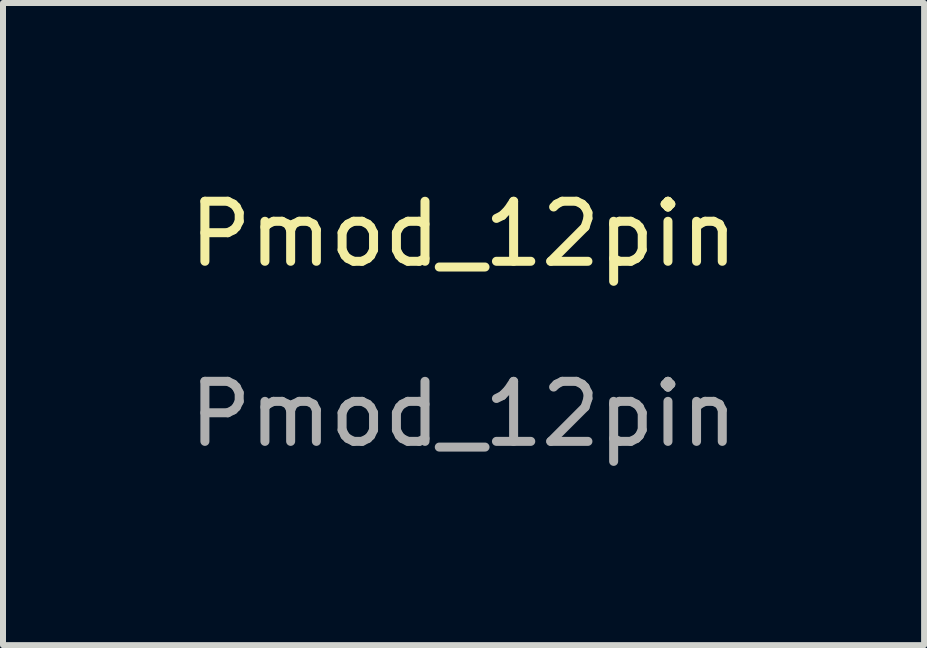
<source format=kicad_pcb>
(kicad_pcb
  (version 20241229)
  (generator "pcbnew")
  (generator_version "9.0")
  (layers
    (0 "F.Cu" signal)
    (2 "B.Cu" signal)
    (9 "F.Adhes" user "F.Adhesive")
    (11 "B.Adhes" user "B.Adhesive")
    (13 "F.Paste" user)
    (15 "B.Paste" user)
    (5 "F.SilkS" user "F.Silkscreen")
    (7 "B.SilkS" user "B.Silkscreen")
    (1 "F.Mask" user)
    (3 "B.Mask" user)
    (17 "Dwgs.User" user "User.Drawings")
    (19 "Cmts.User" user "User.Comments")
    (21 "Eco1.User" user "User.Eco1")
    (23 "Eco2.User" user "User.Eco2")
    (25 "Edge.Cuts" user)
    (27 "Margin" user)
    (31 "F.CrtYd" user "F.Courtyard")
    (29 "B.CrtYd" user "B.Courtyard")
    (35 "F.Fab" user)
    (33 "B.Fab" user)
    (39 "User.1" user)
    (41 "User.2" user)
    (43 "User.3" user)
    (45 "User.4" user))
  (footprint "Pmod_12pin"
    (layer "F.Cu")
    (at 4.673 1.348)
    (property "Reference" "Pmod_12pin" (at 0 -0.5 0) (unlocked yes) (layer "F.SilkS") (effects (font (size 1 1) (thickness 0.15))))
    (attr smd)
    (fp_text user "${REFERENCE}" (at 0 2.5 0) (unlocked yes) (layer "F.Fab") (effects (font (size 1 1) (thickness 0.15)))))
  (gr_rect
    (start -3 -3)
    (end 12.345 7.697)
    (stroke (width 0.1) (type default))
    (fill no)
    (layer "Edge.Cuts")))
</source>
